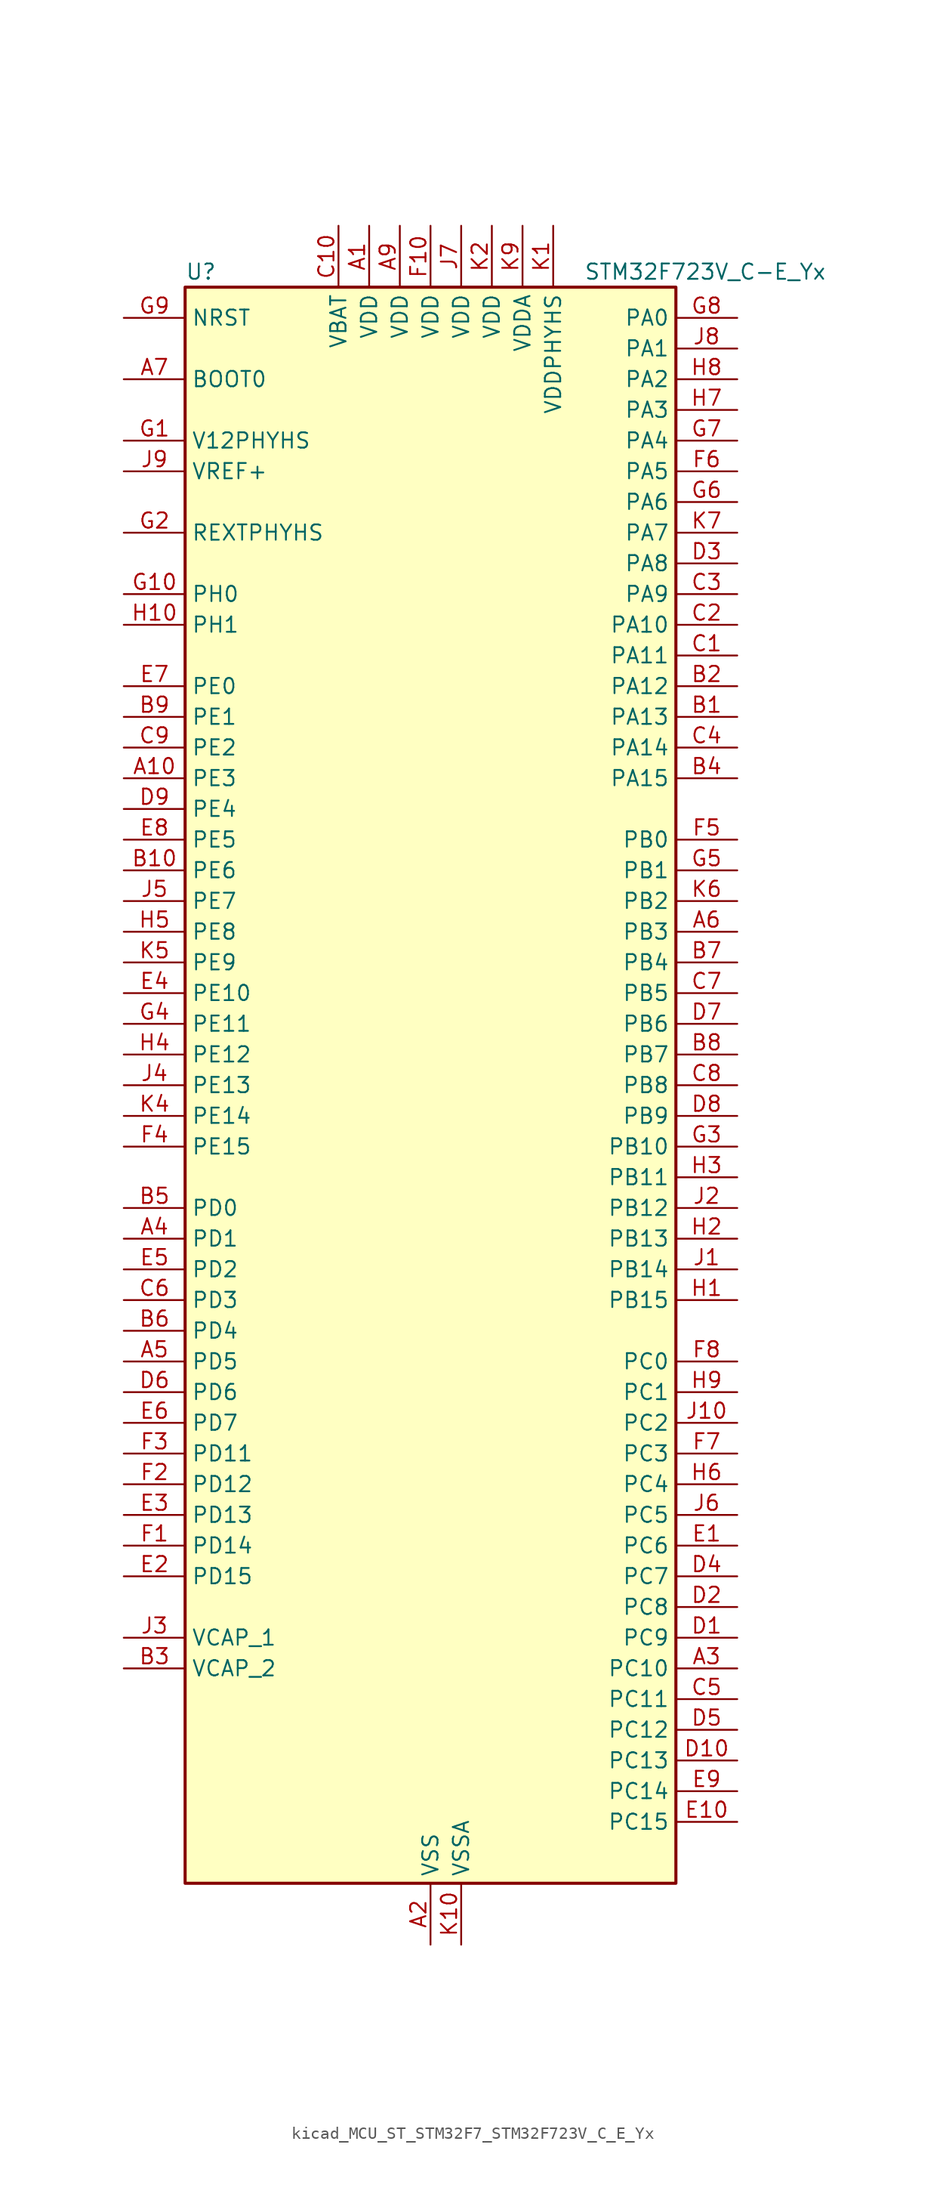
<source format=kicad_sym>
(kicad_symbol_lib
  (version 20220914)
  (generator kicad_symbol_editor)
  (symbol "kicad_MCU_ST_STM32F7_STM32F723V_C_E_Yx"
    (property "Reference" "U"
      (at -20.32 67.31 0)
      (effects (font (size 1.27 1.27)) (justify left)))
    (property "Value" "STM32F723V_C-E_Yx"
      (at 12.7 67.31 0)
      (effects (font (size 1.27 1.27)) (justify left)))
    (property "ki_locked" ""
      (at 0 0 0)
      (effects (font (size 1.27 1.27))))
    (symbol "kicad_MCU_ST_STM32F7_STM32F723V_C_E_Yx_0_1"
      (rectangle (start -20.32 -66.04) (end 20.32 66.04) (stroke (width 0.254) (type default)) (fill (type background))))
    (symbol "kicad_MCU_ST_STM32F7_STM32F723V_C_E_Yx_1_1"
      (pin power_in line (at -5.08 71.12 270) (length 5.08) (name "VDD" (effects (font (size 1.27 1.27)))) (number "A1" (effects (font (size 1.27 1.27)))))
      (pin bidirectional line (at -25.4 25.4 0) (length 5.08) (name "PE3" (effects (font (size 1.27 1.27)))) (number "A10" (effects (font (size 1.27 1.27)))) (alternate "FMC_A19" bidirectional line) (alternate "SAI1_SD_B" bidirectional line) (alternate "SYS_TRACED0" bidirectional line))
      (pin power_in line (at 0 -71.12 90) (length 5.08) (name "VSS" (effects (font (size 1.27 1.27)))) (number "A2" (effects (font (size 1.27 1.27)))))
      (pin bidirectional line (at 25.4 -48.26 180) (length 5.08) (name "PC10" (effects (font (size 1.27 1.27)))) (number "A3" (effects (font (size 1.27 1.27)))) (alternate "I2S3_CK" bidirectional line) (alternate "QUADSPI_BK1_IO1" bidirectional line) (alternate "SDMMC1_D2" bidirectional line) (alternate "SPI3_SCK" bidirectional line) (alternate "UART4_TX" bidirectional line) (alternate "USART3_TX" bidirectional line))
      (pin bidirectional line (at -25.4 -12.7 0) (length 5.08) (name "PD1" (effects (font (size 1.27 1.27)))) (number "A4" (effects (font (size 1.27 1.27)))) (alternate "CAN1_TX" bidirectional line) (alternate "FMC_D3" bidirectional line) (alternate "FMC_DA3" bidirectional line))
      (pin bidirectional line (at -25.4 -22.86 0) (length 5.08) (name "PD5" (effects (font (size 1.27 1.27)))) (number "A5" (effects (font (size 1.27 1.27)))) (alternate "FMC_NWE" bidirectional line) (alternate "USART2_TX" bidirectional line))
      (pin bidirectional line (at 25.4 12.7 180) (length 5.08) (name "PB3" (effects (font (size 1.27 1.27)))) (number "A6" (effects (font (size 1.27 1.27)))) (alternate "I2S1_CK" bidirectional line) (alternate "I2S3_CK" bidirectional line) (alternate "SPI1_SCK" bidirectional line) (alternate "SPI3_SCK" bidirectional line) (alternate "SYS_JTDO-SWO" bidirectional line) (alternate "TIM2_CH2" bidirectional line))
      (pin input line (at -25.4 58.42 0) (length 5.08) (name "BOOT0" (effects (font (size 1.27 1.27)))) (number "A7" (effects (font (size 1.27 1.27)))))
      (pin passive line (at 0 -71.12 90) (length 5.08) hide (name "VSS" (effects (font (size 1.27 1.27)))) (number "A8" (effects (font (size 1.27 1.27)))))
      (pin power_in line (at -2.54 71.12 270) (length 5.08) (name "VDD" (effects (font (size 1.27 1.27)))) (number "A9" (effects (font (size 1.27 1.27)))))
      (pin bidirectional line (at 25.4 30.48 180) (length 5.08) (name "PA13" (effects (font (size 1.27 1.27)))) (number "B1" (effects (font (size 1.27 1.27)))) (alternate "SYS_JTMS-SWDIO" bidirectional line))
      (pin bidirectional line (at -25.4 17.78 0) (length 5.08) (name "PE6" (effects (font (size 1.27 1.27)))) (number "B10" (effects (font (size 1.27 1.27)))) (alternate "FMC_A22" bidirectional line) (alternate "SAI1_SD_A" bidirectional line) (alternate "SAI2_MCLK_B" bidirectional line) (alternate "SPI4_MOSI" bidirectional line) (alternate "SYS_TRACED3" bidirectional line) (alternate "TIM1_BKIN2" bidirectional line) (alternate "TIM9_CH2" bidirectional line))
      (pin bidirectional line (at 25.4 33.02 180) (length 5.08) (name "PA12" (effects (font (size 1.27 1.27)))) (number "B2" (effects (font (size 1.27 1.27)))) (alternate "CAN1_TX" bidirectional line) (alternate "SAI2_FS_B" bidirectional line) (alternate "TIM1_ETR" bidirectional line) (alternate "USART1_DE" bidirectional line) (alternate "USART1_RTS" bidirectional line) (alternate "USB_OTG_FS_DP" bidirectional line))
      (pin power_out line (at -25.4 -48.26 0) (length 5.08) (name "VCAP_2" (effects (font (size 1.27 1.27)))) (number "B3" (effects (font (size 1.27 1.27)))))
      (pin bidirectional line (at 25.4 25.4 180) (length 5.08) (name "PA15" (effects (font (size 1.27 1.27)))) (number "B4" (effects (font (size 1.27 1.27)))) (alternate "I2S1_WS" bidirectional line) (alternate "I2S3_WS" bidirectional line) (alternate "SPI1_NSS" bidirectional line) (alternate "SPI3_NSS" bidirectional line) (alternate "SYS_JTDI" bidirectional line) (alternate "TIM2_CH1" bidirectional line) (alternate "TIM2_ETR" bidirectional line) (alternate "UART4_DE" bidirectional line) (alternate "UART4_RTS" bidirectional line))
      (pin bidirectional line (at -25.4 -10.16 0) (length 5.08) (name "PD0" (effects (font (size 1.27 1.27)))) (number "B5" (effects (font (size 1.27 1.27)))) (alternate "CAN1_RX" bidirectional line) (alternate "FMC_D2" bidirectional line) (alternate "FMC_DA2" bidirectional line))
      (pin bidirectional line (at -25.4 -20.32 0) (length 5.08) (name "PD4" (effects (font (size 1.27 1.27)))) (number "B6" (effects (font (size 1.27 1.27)))) (alternate "FMC_NOE" bidirectional line) (alternate "USART2_DE" bidirectional line) (alternate "USART2_RTS" bidirectional line))
      (pin bidirectional line (at 25.4 10.16 180) (length 5.08) (name "PB4" (effects (font (size 1.27 1.27)))) (number "B7" (effects (font (size 1.27 1.27)))) (alternate "I2S2_WS" bidirectional line) (alternate "SPI1_MISO" bidirectional line) (alternate "SPI2_NSS" bidirectional line) (alternate "SPI3_MISO" bidirectional line) (alternate "SYS_JTRST" bidirectional line) (alternate "TIM3_CH1" bidirectional line))
      (pin bidirectional line (at 25.4 2.54 180) (length 5.08) (name "PB7" (effects (font (size 1.27 1.27)))) (number "B8" (effects (font (size 1.27 1.27)))) (alternate "FMC_NL" bidirectional line) (alternate "I2C1_SDA" bidirectional line) (alternate "TIM4_CH2" bidirectional line) (alternate "USART1_RX" bidirectional line))
      (pin bidirectional line (at -25.4 30.48 0) (length 5.08) (name "PE1" (effects (font (size 1.27 1.27)))) (number "B9" (effects (font (size 1.27 1.27)))) (alternate "FMC_NBL1" bidirectional line) (alternate "LPTIM1_IN2" bidirectional line) (alternate "UART8_TX" bidirectional line))
      (pin bidirectional line (at 25.4 35.56 180) (length 5.08) (name "PA11" (effects (font (size 1.27 1.27)))) (number "C1" (effects (font (size 1.27 1.27)))) (alternate "ADC1_EXTI11" bidirectional line) (alternate "ADC2_EXTI11" bidirectional line) (alternate "ADC3_EXTI11" bidirectional line) (alternate "CAN1_RX" bidirectional line) (alternate "TIM1_CH4" bidirectional line) (alternate "USART1_CTS" bidirectional line) (alternate "USB_OTG_FS_DM" bidirectional line))
      (pin power_in line (at -7.62 71.12 270) (length 5.08) (name "VBAT" (effects (font (size 1.27 1.27)))) (number "C10" (effects (font (size 1.27 1.27)))))
      (pin bidirectional line (at 25.4 38.1 180) (length 5.08) (name "PA10" (effects (font (size 1.27 1.27)))) (number "C2" (effects (font (size 1.27 1.27)))) (alternate "TIM1_CH3" bidirectional line) (alternate "USART1_RX" bidirectional line) (alternate "USB_OTG_FS_ID" bidirectional line))
      (pin bidirectional line (at 25.4 40.64 180) (length 5.08) (name "PA9" (effects (font (size 1.27 1.27)))) (number "C3" (effects (font (size 1.27 1.27)))) (alternate "DAC_EXTI9" bidirectional line) (alternate "I2C3_SMBA" bidirectional line) (alternate "I2S2_CK" bidirectional line) (alternate "SPI2_SCK" bidirectional line) (alternate "TIM1_CH2" bidirectional line) (alternate "USART1_TX" bidirectional line) (alternate "USB_OTG_FS_VBUS" bidirectional line))
      (pin bidirectional line (at 25.4 27.94 180) (length 5.08) (name "PA14" (effects (font (size 1.27 1.27)))) (number "C4" (effects (font (size 1.27 1.27)))) (alternate "SYS_JTCK-SWCLK" bidirectional line))
      (pin bidirectional line (at 25.4 -50.8 180) (length 5.08) (name "PC11" (effects (font (size 1.27 1.27)))) (number "C5" (effects (font (size 1.27 1.27)))) (alternate "ADC1_EXTI11" bidirectional line) (alternate "ADC2_EXTI11" bidirectional line) (alternate "ADC3_EXTI11" bidirectional line) (alternate "QUADSPI_BK2_NCS" bidirectional line) (alternate "SDMMC1_D3" bidirectional line) (alternate "SPI3_MISO" bidirectional line) (alternate "UART4_RX" bidirectional line) (alternate "USART3_RX" bidirectional line))
      (pin bidirectional line (at -25.4 -17.78 0) (length 5.08) (name "PD3" (effects (font (size 1.27 1.27)))) (number "C6" (effects (font (size 1.27 1.27)))) (alternate "FMC_CLK" bidirectional line) (alternate "I2S2_CK" bidirectional line) (alternate "SPI2_SCK" bidirectional line) (alternate "USART2_CTS" bidirectional line))
      (pin bidirectional line (at 25.4 7.62 180) (length 5.08) (name "PB5" (effects (font (size 1.27 1.27)))) (number "C7" (effects (font (size 1.27 1.27)))) (alternate "FMC_SDCKE1" bidirectional line) (alternate "I2C1_SMBA" bidirectional line) (alternate "I2S1_SD" bidirectional line) (alternate "I2S3_SD" bidirectional line) (alternate "SPI1_MOSI" bidirectional line) (alternate "SPI3_MOSI" bidirectional line) (alternate "TIM3_CH2" bidirectional line))
      (pin bidirectional line (at 25.4 0 180) (length 5.08) (name "PB8" (effects (font (size 1.27 1.27)))) (number "C8" (effects (font (size 1.27 1.27)))) (alternate "CAN1_RX" bidirectional line) (alternate "I2C1_SCL" bidirectional line) (alternate "SDMMC1_D4" bidirectional line) (alternate "TIM10_CH1" bidirectional line) (alternate "TIM4_CH3" bidirectional line))
      (pin bidirectional line (at -25.4 27.94 0) (length 5.08) (name "PE2" (effects (font (size 1.27 1.27)))) (number "C9" (effects (font (size 1.27 1.27)))) (alternate "FMC_A23" bidirectional line) (alternate "QUADSPI_BK1_IO2" bidirectional line) (alternate "SAI1_MCLK_A" bidirectional line) (alternate "SPI4_SCK" bidirectional line) (alternate "SYS_TRACECLK" bidirectional line))
      (pin bidirectional line (at 25.4 -45.72 180) (length 5.08) (name "PC9" (effects (font (size 1.27 1.27)))) (number "D1" (effects (font (size 1.27 1.27)))) (alternate "DAC_EXTI9" bidirectional line) (alternate "I2C3_SDA" bidirectional line) (alternate "I2S_CKIN" bidirectional line) (alternate "QUADSPI_BK1_IO0" bidirectional line) (alternate "RCC_MCO_2" bidirectional line) (alternate "SDMMC1_D1" bidirectional line) (alternate "TIM3_CH4" bidirectional line) (alternate "TIM8_CH4" bidirectional line) (alternate "UART5_CTS" bidirectional line))
      (pin bidirectional line (at 25.4 -55.88 180) (length 5.08) (name "PC13" (effects (font (size 1.27 1.27)))) (number "D10" (effects (font (size 1.27 1.27)))) (alternate "RTC_OUT" bidirectional line) (alternate "RTC_TAMP1" bidirectional line) (alternate "RTC_TS" bidirectional line) (alternate "SYS_WKUP4" bidirectional line))
      (pin bidirectional line (at 25.4 -43.18 180) (length 5.08) (name "PC8" (effects (font (size 1.27 1.27)))) (number "D2" (effects (font (size 1.27 1.27)))) (alternate "SDMMC1_D0" bidirectional line) (alternate "SYS_TRACED1" bidirectional line) (alternate "TIM3_CH3" bidirectional line) (alternate "TIM8_CH3" bidirectional line) (alternate "UART5_DE" bidirectional line) (alternate "UART5_RTS" bidirectional line) (alternate "USART6_CK" bidirectional line))
      (pin bidirectional line (at 25.4 43.18 180) (length 5.08) (name "PA8" (effects (font (size 1.27 1.27)))) (number "D3" (effects (font (size 1.27 1.27)))) (alternate "I2C3_SCL" bidirectional line) (alternate "RCC_MCO_1" bidirectional line) (alternate "TIM1_CH1" bidirectional line) (alternate "TIM8_BKIN2" bidirectional line) (alternate "USART1_CK" bidirectional line) (alternate "USB_OTG_FS_SOF" bidirectional line))
      (pin bidirectional line (at 25.4 -40.64 180) (length 5.08) (name "PC7" (effects (font (size 1.27 1.27)))) (number "D4" (effects (font (size 1.27 1.27)))) (alternate "I2S3_MCK" bidirectional line) (alternate "SDMMC1_D7" bidirectional line) (alternate "TIM3_CH2" bidirectional line) (alternate "TIM8_CH2" bidirectional line) (alternate "USART6_RX" bidirectional line))
      (pin bidirectional line (at 25.4 -53.34 180) (length 5.08) (name "PC12" (effects (font (size 1.27 1.27)))) (number "D5" (effects (font (size 1.27 1.27)))) (alternate "I2S3_SD" bidirectional line) (alternate "SDMMC1_CK" bidirectional line) (alternate "SPI3_MOSI" bidirectional line) (alternate "SYS_TRACED3" bidirectional line) (alternate "UART5_TX" bidirectional line) (alternate "USART3_CK" bidirectional line))
      (pin bidirectional line (at -25.4 -25.4 0) (length 5.08) (name "PD6" (effects (font (size 1.27 1.27)))) (number "D6" (effects (font (size 1.27 1.27)))) (alternate "FMC_NWAIT" bidirectional line) (alternate "I2S3_SD" bidirectional line) (alternate "SAI1_SD_A" bidirectional line) (alternate "SPI3_MOSI" bidirectional line) (alternate "USART2_RX" bidirectional line))
      (pin bidirectional line (at 25.4 5.08 180) (length 5.08) (name "PB6" (effects (font (size 1.27 1.27)))) (number "D7" (effects (font (size 1.27 1.27)))) (alternate "FMC_SDNE1" bidirectional line) (alternate "I2C1_SCL" bidirectional line) (alternate "QUADSPI_BK1_NCS" bidirectional line) (alternate "TIM4_CH1" bidirectional line) (alternate "USART1_TX" bidirectional line))
      (pin bidirectional line (at 25.4 -2.54 180) (length 5.08) (name "PB9" (effects (font (size 1.27 1.27)))) (number "D8" (effects (font (size 1.27 1.27)))) (alternate "CAN1_TX" bidirectional line) (alternate "DAC_EXTI9" bidirectional line) (alternate "I2C1_SDA" bidirectional line) (alternate "I2S2_WS" bidirectional line) (alternate "SDMMC1_D5" bidirectional line) (alternate "SPI2_NSS" bidirectional line) (alternate "TIM11_CH1" bidirectional line) (alternate "TIM4_CH4" bidirectional line))
      (pin bidirectional line (at -25.4 22.86 0) (length 5.08) (name "PE4" (effects (font (size 1.27 1.27)))) (number "D9" (effects (font (size 1.27 1.27)))) (alternate "FMC_A20" bidirectional line) (alternate "SAI1_FS_A" bidirectional line) (alternate "SPI4_NSS" bidirectional line) (alternate "SYS_TRACED1" bidirectional line))
      (pin bidirectional line (at 25.4 -38.1 180) (length 5.08) (name "PC6" (effects (font (size 1.27 1.27)))) (number "E1" (effects (font (size 1.27 1.27)))) (alternate "I2S2_MCK" bidirectional line) (alternate "SDMMC1_D6" bidirectional line) (alternate "TIM3_CH1" bidirectional line) (alternate "TIM8_CH1" bidirectional line) (alternate "USART6_TX" bidirectional line))
      (pin bidirectional line (at 25.4 -60.96 180) (length 5.08) (name "PC15" (effects (font (size 1.27 1.27)))) (number "E10" (effects (font (size 1.27 1.27)))) (alternate "RCC_OSC32_OUT" bidirectional line))
      (pin bidirectional line (at -25.4 -40.64 0) (length 5.08) (name "PD15" (effects (font (size 1.27 1.27)))) (number "E2" (effects (font (size 1.27 1.27)))) (alternate "FMC_D1" bidirectional line) (alternate "FMC_DA1" bidirectional line) (alternate "TIM4_CH4" bidirectional line) (alternate "UART8_DE" bidirectional line) (alternate "UART8_RTS" bidirectional line))
      (pin bidirectional line (at -25.4 -35.56 0) (length 5.08) (name "PD13" (effects (font (size 1.27 1.27)))) (number "E3" (effects (font (size 1.27 1.27)))) (alternate "FMC_A18" bidirectional line) (alternate "LPTIM1_OUT" bidirectional line) (alternate "QUADSPI_BK1_IO3" bidirectional line) (alternate "SAI2_SCK_A" bidirectional line) (alternate "TIM4_CH2" bidirectional line))
      (pin bidirectional line (at -25.4 7.62 0) (length 5.08) (name "PE10" (effects (font (size 1.27 1.27)))) (number "E4" (effects (font (size 1.27 1.27)))) (alternate "FMC_D7" bidirectional line) (alternate "FMC_DA7" bidirectional line) (alternate "QUADSPI_BK2_IO3" bidirectional line) (alternate "TIM1_CH2N" bidirectional line) (alternate "UART7_CTS" bidirectional line))
      (pin bidirectional line (at -25.4 -15.24 0) (length 5.08) (name "PD2" (effects (font (size 1.27 1.27)))) (number "E5" (effects (font (size 1.27 1.27)))) (alternate "SDMMC1_CMD" bidirectional line) (alternate "SYS_TRACED2" bidirectional line) (alternate "TIM3_ETR" bidirectional line) (alternate "UART5_RX" bidirectional line))
      (pin bidirectional line (at -25.4 -27.94 0) (length 5.08) (name "PD7" (effects (font (size 1.27 1.27)))) (number "E6" (effects (font (size 1.27 1.27)))) (alternate "FMC_NE1" bidirectional line) (alternate "USART2_CK" bidirectional line))
      (pin bidirectional line (at -25.4 33.02 0) (length 5.08) (name "PE0" (effects (font (size 1.27 1.27)))) (number "E7" (effects (font (size 1.27 1.27)))) (alternate "FMC_NBL0" bidirectional line) (alternate "LPTIM1_ETR" bidirectional line) (alternate "SAI2_MCLK_A" bidirectional line) (alternate "TIM4_ETR" bidirectional line) (alternate "UART8_RX" bidirectional line))
      (pin bidirectional line (at -25.4 20.32 0) (length 5.08) (name "PE5" (effects (font (size 1.27 1.27)))) (number "E8" (effects (font (size 1.27 1.27)))) (alternate "FMC_A21" bidirectional line) (alternate "SAI1_SCK_A" bidirectional line) (alternate "SPI4_MISO" bidirectional line) (alternate "SYS_TRACED2" bidirectional line) (alternate "TIM9_CH1" bidirectional line))
      (pin bidirectional line (at 25.4 -58.42 180) (length 5.08) (name "PC14" (effects (font (size 1.27 1.27)))) (number "E9" (effects (font (size 1.27 1.27)))) (alternate "RCC_OSC32_IN" bidirectional line))
      (pin bidirectional line (at -25.4 -38.1 0) (length 5.08) (name "PD14" (effects (font (size 1.27 1.27)))) (number "F1" (effects (font (size 1.27 1.27)))) (alternate "FMC_D0" bidirectional line) (alternate "FMC_DA0" bidirectional line) (alternate "TIM4_CH3" bidirectional line) (alternate "UART8_CTS" bidirectional line))
      (pin power_in line (at 0 71.12 270) (length 5.08) (name "VDD" (effects (font (size 1.27 1.27)))) (number "F10" (effects (font (size 1.27 1.27)))))
      (pin bidirectional line (at -25.4 -33.02 0) (length 5.08) (name "PD12" (effects (font (size 1.27 1.27)))) (number "F2" (effects (font (size 1.27 1.27)))) (alternate "FMC_A17" bidirectional line) (alternate "FMC_ALE" bidirectional line) (alternate "LPTIM1_IN1" bidirectional line) (alternate "QUADSPI_BK1_IO1" bidirectional line) (alternate "SAI2_FS_A" bidirectional line) (alternate "TIM4_CH1" bidirectional line) (alternate "USART3_DE" bidirectional line) (alternate "USART3_RTS" bidirectional line))
      (pin bidirectional line (at -25.4 -30.48 0) (length 5.08) (name "PD11" (effects (font (size 1.27 1.27)))) (number "F3" (effects (font (size 1.27 1.27)))) (alternate "ADC1_EXTI11" bidirectional line) (alternate "ADC2_EXTI11" bidirectional line) (alternate "ADC3_EXTI11" bidirectional line) (alternate "FMC_A16" bidirectional line) (alternate "FMC_CLE" bidirectional line) (alternate "QUADSPI_BK1_IO0" bidirectional line) (alternate "SAI2_SD_A" bidirectional line) (alternate "USART3_CTS" bidirectional line))
      (pin bidirectional line (at -25.4 -5.08 0) (length 5.08) (name "PE15" (effects (font (size 1.27 1.27)))) (number "F4" (effects (font (size 1.27 1.27)))) (alternate "FMC_D12" bidirectional line) (alternate "FMC_DA12" bidirectional line) (alternate "TIM1_BKIN" bidirectional line))
      (pin bidirectional line (at 25.4 20.32 180) (length 5.08) (name "PB0" (effects (font (size 1.27 1.27)))) (number "F5" (effects (font (size 1.27 1.27)))) (alternate "ADC1_IN8" bidirectional line) (alternate "ADC2_IN8" bidirectional line) (alternate "TIM1_CH2N" bidirectional line) (alternate "TIM3_CH3" bidirectional line) (alternate "TIM8_CH2N" bidirectional line) (alternate "UART4_CTS" bidirectional line))
      (pin bidirectional line (at 25.4 50.8 180) (length 5.08) (name "PA5" (effects (font (size 1.27 1.27)))) (number "F6" (effects (font (size 1.27 1.27)))) (alternate "ADC1_IN5" bidirectional line) (alternate "ADC2_IN5" bidirectional line) (alternate "DAC_OUT2" bidirectional line) (alternate "I2S1_CK" bidirectional line) (alternate "SPI1_SCK" bidirectional line) (alternate "TIM2_CH1" bidirectional line) (alternate "TIM2_ETR" bidirectional line) (alternate "TIM8_CH1N" bidirectional line))
      (pin bidirectional line (at 25.4 -30.48 180) (length 5.08) (name "PC3" (effects (font (size 1.27 1.27)))) (number "F7" (effects (font (size 1.27 1.27)))) (alternate "ADC1_IN13" bidirectional line) (alternate "ADC2_IN13" bidirectional line) (alternate "ADC3_IN13" bidirectional line) (alternate "FMC_SDCKE0" bidirectional line) (alternate "I2S2_SD" bidirectional line) (alternate "SPI2_MOSI" bidirectional line))
      (pin bidirectional line (at 25.4 -22.86 180) (length 5.08) (name "PC0" (effects (font (size 1.27 1.27)))) (number "F8" (effects (font (size 1.27 1.27)))) (alternate "ADC1_IN10" bidirectional line) (alternate "ADC2_IN10" bidirectional line) (alternate "ADC3_IN10" bidirectional line) (alternate "FMC_SDNWE" bidirectional line) (alternate "SAI2_FS_B" bidirectional line))
      (pin passive line (at 0 -71.12 90) (length 5.08) hide (name "VSS" (effects (font (size 1.27 1.27)))) (number "F9" (effects (font (size 1.27 1.27)))))
      (pin power_in line (at -25.4 53.34 0) (length 5.08) (name "V12PHYHS" (effects (font (size 1.27 1.27)))) (number "G1" (effects (font (size 1.27 1.27)))))
      (pin bidirectional line (at -25.4 40.64 0) (length 5.08) (name "PH0" (effects (font (size 1.27 1.27)))) (number "G10" (effects (font (size 1.27 1.27)))) (alternate "RCC_OSC_IN" bidirectional line))
      (pin bidirectional line (at -25.4 45.72 0) (length 5.08) (name "REXTPHYHS" (effects (font (size 1.27 1.27)))) (number "G2" (effects (font (size 1.27 1.27)))) (alternate "USB_OTG_HS_REXTPHYHS" bidirectional line))
      (pin bidirectional line (at 25.4 -5.08 180) (length 5.08) (name "PB10" (effects (font (size 1.27 1.27)))) (number "G3" (effects (font (size 1.27 1.27)))) (alternate "I2C2_SCL" bidirectional line) (alternate "I2S2_CK" bidirectional line) (alternate "SPI2_SCK" bidirectional line) (alternate "TIM2_CH3" bidirectional line) (alternate "USART3_TX" bidirectional line))
      (pin bidirectional line (at -25.4 5.08 0) (length 5.08) (name "PE11" (effects (font (size 1.27 1.27)))) (number "G4" (effects (font (size 1.27 1.27)))) (alternate "ADC1_EXTI11" bidirectional line) (alternate "ADC2_EXTI11" bidirectional line) (alternate "ADC3_EXTI11" bidirectional line) (alternate "FMC_D8" bidirectional line) (alternate "FMC_DA8" bidirectional line) (alternate "SAI2_SD_B" bidirectional line) (alternate "SPI4_NSS" bidirectional line) (alternate "TIM1_CH2" bidirectional line))
      (pin bidirectional line (at 25.4 17.78 180) (length 5.08) (name "PB1" (effects (font (size 1.27 1.27)))) (number "G5" (effects (font (size 1.27 1.27)))) (alternate "ADC1_IN9" bidirectional line) (alternate "ADC2_IN9" bidirectional line) (alternate "TIM1_CH3N" bidirectional line) (alternate "TIM3_CH4" bidirectional line) (alternate "TIM8_CH3N" bidirectional line))
      (pin bidirectional line (at 25.4 48.26 180) (length 5.08) (name "PA6" (effects (font (size 1.27 1.27)))) (number "G6" (effects (font (size 1.27 1.27)))) (alternate "ADC1_IN6" bidirectional line) (alternate "ADC2_IN6" bidirectional line) (alternate "SPI1_MISO" bidirectional line) (alternate "TIM13_CH1" bidirectional line) (alternate "TIM1_BKIN" bidirectional line) (alternate "TIM3_CH1" bidirectional line) (alternate "TIM8_BKIN" bidirectional line))
      (pin bidirectional line (at 25.4 53.34 180) (length 5.08) (name "PA4" (effects (font (size 1.27 1.27)))) (number "G7" (effects (font (size 1.27 1.27)))) (alternate "ADC1_IN4" bidirectional line) (alternate "ADC2_IN4" bidirectional line) (alternate "DAC_OUT1" bidirectional line) (alternate "I2S1_WS" bidirectional line) (alternate "I2S3_WS" bidirectional line) (alternate "SPI1_NSS" bidirectional line) (alternate "SPI3_NSS" bidirectional line) (alternate "USART2_CK" bidirectional line) (alternate "USB_OTG_HS_SOF" bidirectional line))
      (pin bidirectional line (at 25.4 63.5 180) (length 5.08) (name "PA0" (effects (font (size 1.27 1.27)))) (number "G8" (effects (font (size 1.27 1.27)))) (alternate "ADC1_IN0" bidirectional line) (alternate "ADC2_IN0" bidirectional line) (alternate "ADC3_IN0" bidirectional line) (alternate "SAI2_SD_B" bidirectional line) (alternate "SYS_WKUP1" bidirectional line) (alternate "TIM2_CH1" bidirectional line) (alternate "TIM2_ETR" bidirectional line) (alternate "TIM5_CH1" bidirectional line) (alternate "TIM8_ETR" bidirectional line) (alternate "UART4_TX" bidirectional line) (alternate "USART2_CTS" bidirectional line))
      (pin input line (at -25.4 63.5 0) (length 5.08) (name "NRST" (effects (font (size 1.27 1.27)))) (number "G9" (effects (font (size 1.27 1.27)))))
      (pin bidirectional line (at 25.4 -17.78 180) (length 5.08) (name "PB15" (effects (font (size 1.27 1.27)))) (number "H1" (effects (font (size 1.27 1.27)))) (alternate "USB_OTG_HS_DP" bidirectional line))
      (pin bidirectional line (at -25.4 38.1 0) (length 5.08) (name "PH1" (effects (font (size 1.27 1.27)))) (number "H10" (effects (font (size 1.27 1.27)))) (alternate "RCC_OSC_OUT" bidirectional line))
      (pin bidirectional line (at 25.4 -12.7 180) (length 5.08) (name "PB13" (effects (font (size 1.27 1.27)))) (number "H2" (effects (font (size 1.27 1.27)))) (alternate "I2S2_CK" bidirectional line) (alternate "SPI2_SCK" bidirectional line) (alternate "TIM1_CH1N" bidirectional line) (alternate "USART3_CTS" bidirectional line) (alternate "USB_OTG_HS_VBUS" bidirectional line))
      (pin bidirectional line (at 25.4 -7.62 180) (length 5.08) (name "PB11" (effects (font (size 1.27 1.27)))) (number "H3" (effects (font (size 1.27 1.27)))) (alternate "ADC1_EXTI11" bidirectional line) (alternate "ADC2_EXTI11" bidirectional line) (alternate "ADC3_EXTI11" bidirectional line) (alternate "I2C2_SDA" bidirectional line) (alternate "TIM2_CH4" bidirectional line) (alternate "USART3_RX" bidirectional line))
      (pin bidirectional line (at -25.4 2.54 0) (length 5.08) (name "PE12" (effects (font (size 1.27 1.27)))) (number "H4" (effects (font (size 1.27 1.27)))) (alternate "FMC_D9" bidirectional line) (alternate "FMC_DA9" bidirectional line) (alternate "SAI2_SCK_B" bidirectional line) (alternate "SPI4_SCK" bidirectional line) (alternate "TIM1_CH3N" bidirectional line))
      (pin bidirectional line (at -25.4 12.7 0) (length 5.08) (name "PE8" (effects (font (size 1.27 1.27)))) (number "H5" (effects (font (size 1.27 1.27)))) (alternate "FMC_D5" bidirectional line) (alternate "FMC_DA5" bidirectional line) (alternate "QUADSPI_BK2_IO1" bidirectional line) (alternate "TIM1_CH1N" bidirectional line) (alternate "UART7_TX" bidirectional line))
      (pin bidirectional line (at 25.4 -33.02 180) (length 5.08) (name "PC4" (effects (font (size 1.27 1.27)))) (number "H6" (effects (font (size 1.27 1.27)))) (alternate "ADC1_IN14" bidirectional line) (alternate "ADC2_IN14" bidirectional line) (alternate "FMC_SDNE0" bidirectional line) (alternate "I2S1_MCK" bidirectional line))
      (pin bidirectional line (at 25.4 55.88 180) (length 5.08) (name "PA3" (effects (font (size 1.27 1.27)))) (number "H7" (effects (font (size 1.27 1.27)))) (alternate "ADC1_IN3" bidirectional line) (alternate "ADC2_IN3" bidirectional line) (alternate "ADC3_IN3" bidirectional line) (alternate "TIM2_CH4" bidirectional line) (alternate "TIM5_CH4" bidirectional line) (alternate "TIM9_CH2" bidirectional line) (alternate "USART2_RX" bidirectional line))
      (pin bidirectional line (at 25.4 58.42 180) (length 5.08) (name "PA2" (effects (font (size 1.27 1.27)))) (number "H8" (effects (font (size 1.27 1.27)))) (alternate "ADC1_IN2" bidirectional line) (alternate "ADC2_IN2" bidirectional line) (alternate "ADC3_IN2" bidirectional line) (alternate "SAI2_SCK_B" bidirectional line) (alternate "SYS_WKUP2" bidirectional line) (alternate "TIM2_CH3" bidirectional line) (alternate "TIM5_CH3" bidirectional line) (alternate "TIM9_CH1" bidirectional line) (alternate "USART2_TX" bidirectional line))
      (pin bidirectional line (at 25.4 -25.4 180) (length 5.08) (name "PC1" (effects (font (size 1.27 1.27)))) (number "H9" (effects (font (size 1.27 1.27)))) (alternate "ADC1_IN11" bidirectional line) (alternate "ADC2_IN11" bidirectional line) (alternate "ADC3_IN11" bidirectional line) (alternate "I2S2_SD" bidirectional line) (alternate "RTC_TAMP3" bidirectional line) (alternate "RTC_TS" bidirectional line) (alternate "SAI1_SD_A" bidirectional line) (alternate "SPI2_MOSI" bidirectional line) (alternate "SYS_TRACED0" bidirectional line) (alternate "SYS_WKUP3" bidirectional line))
      (pin bidirectional line (at 25.4 -15.24 180) (length 5.08) (name "PB14" (effects (font (size 1.27 1.27)))) (number "J1" (effects (font (size 1.27 1.27)))) (alternate "USB_OTG_HS_DM" bidirectional line))
      (pin bidirectional line (at 25.4 -27.94 180) (length 5.08) (name "PC2" (effects (font (size 1.27 1.27)))) (number "J10" (effects (font (size 1.27 1.27)))) (alternate "ADC1_IN12" bidirectional line) (alternate "ADC2_IN12" bidirectional line) (alternate "ADC3_IN12" bidirectional line) (alternate "FMC_SDNE0" bidirectional line) (alternate "SPI2_MISO" bidirectional line))
      (pin bidirectional line (at 25.4 -10.16 180) (length 5.08) (name "PB12" (effects (font (size 1.27 1.27)))) (number "J2" (effects (font (size 1.27 1.27)))) (alternate "I2C2_SMBA" bidirectional line) (alternate "I2S2_WS" bidirectional line) (alternate "SPI2_NSS" bidirectional line) (alternate "TIM1_BKIN" bidirectional line) (alternate "USART3_CK" bidirectional line) (alternate "USB_OTG_HS_ID" bidirectional line))
      (pin power_out line (at -25.4 -45.72 0) (length 5.08) (name "VCAP_1" (effects (font (size 1.27 1.27)))) (number "J3" (effects (font (size 1.27 1.27)))))
      (pin bidirectional line (at -25.4 0 0) (length 5.08) (name "PE13" (effects (font (size 1.27 1.27)))) (number "J4" (effects (font (size 1.27 1.27)))) (alternate "FMC_D10" bidirectional line) (alternate "FMC_DA10" bidirectional line) (alternate "SAI2_FS_B" bidirectional line) (alternate "SPI4_MISO" bidirectional line) (alternate "TIM1_CH3" bidirectional line))
      (pin bidirectional line (at -25.4 15.24 0) (length 5.08) (name "PE7" (effects (font (size 1.27 1.27)))) (number "J5" (effects (font (size 1.27 1.27)))) (alternate "FMC_D4" bidirectional line) (alternate "FMC_DA4" bidirectional line) (alternate "QUADSPI_BK2_IO0" bidirectional line) (alternate "TIM1_ETR" bidirectional line) (alternate "UART7_RX" bidirectional line))
      (pin bidirectional line (at 25.4 -35.56 180) (length 5.08) (name "PC5" (effects (font (size 1.27 1.27)))) (number "J6" (effects (font (size 1.27 1.27)))) (alternate "ADC1_IN15" bidirectional line) (alternate "ADC2_IN15" bidirectional line) (alternate "FMC_SDCKE0" bidirectional line))
      (pin power_in line (at 2.54 71.12 270) (length 5.08) (name "VDD" (effects (font (size 1.27 1.27)))) (number "J7" (effects (font (size 1.27 1.27)))))
      (pin bidirectional line (at 25.4 60.96 180) (length 5.08) (name "PA1" (effects (font (size 1.27 1.27)))) (number "J8" (effects (font (size 1.27 1.27)))) (alternate "ADC1_IN1" bidirectional line) (alternate "ADC2_IN1" bidirectional line) (alternate "ADC3_IN1" bidirectional line) (alternate "QUADSPI_BK1_IO3" bidirectional line) (alternate "SAI2_MCLK_B" bidirectional line) (alternate "TIM2_CH2" bidirectional line) (alternate "TIM5_CH2" bidirectional line) (alternate "UART4_RX" bidirectional line) (alternate "USART2_DE" bidirectional line) (alternate "USART2_RTS" bidirectional line))
      (pin input line (at -25.4 50.8 0) (length 5.08) (name "VREF+" (effects (font (size 1.27 1.27)))) (number "J9" (effects (font (size 1.27 1.27)))))
      (pin power_in line (at 10.16 71.12 270) (length 5.08) (name "VDDPHYHS" (effects (font (size 1.27 1.27)))) (number "K1" (effects (font (size 1.27 1.27)))))
      (pin power_in line (at 2.54 -71.12 90) (length 5.08) (name "VSSA" (effects (font (size 1.27 1.27)))) (number "K10" (effects (font (size 1.27 1.27)))))
      (pin power_in line (at 5.08 71.12 270) (length 5.08) (name "VDD" (effects (font (size 1.27 1.27)))) (number "K2" (effects (font (size 1.27 1.27)))))
      (pin passive line (at 0 -71.12 90) (length 5.08) hide (name "VSS" (effects (font (size 1.27 1.27)))) (number "K3" (effects (font (size 1.27 1.27)))))
      (pin bidirectional line (at -25.4 -2.54 0) (length 5.08) (name "PE14" (effects (font (size 1.27 1.27)))) (number "K4" (effects (font (size 1.27 1.27)))) (alternate "FMC_D11" bidirectional line) (alternate "FMC_DA11" bidirectional line) (alternate "SAI2_MCLK_B" bidirectional line) (alternate "SPI4_MOSI" bidirectional line) (alternate "TIM1_CH4" bidirectional line))
      (pin bidirectional line (at -25.4 10.16 0) (length 5.08) (name "PE9" (effects (font (size 1.27 1.27)))) (number "K5" (effects (font (size 1.27 1.27)))) (alternate "DAC_EXTI9" bidirectional line) (alternate "FMC_D6" bidirectional line) (alternate "FMC_DA6" bidirectional line) (alternate "QUADSPI_BK2_IO2" bidirectional line) (alternate "TIM1_CH1" bidirectional line) (alternate "UART7_DE" bidirectional line) (alternate "UART7_RTS" bidirectional line))
      (pin bidirectional line (at 25.4 15.24 180) (length 5.08) (name "PB2" (effects (font (size 1.27 1.27)))) (number "K6" (effects (font (size 1.27 1.27)))) (alternate "I2S3_SD" bidirectional line) (alternate "QUADSPI_CLK" bidirectional line) (alternate "SAI1_SD_A" bidirectional line) (alternate "SPI3_MOSI" bidirectional line))
      (pin bidirectional line (at 25.4 45.72 180) (length 5.08) (name "PA7" (effects (font (size 1.27 1.27)))) (number "K7" (effects (font (size 1.27 1.27)))) (alternate "ADC1_IN7" bidirectional line) (alternate "ADC2_IN7" bidirectional line) (alternate "FMC_SDNWE" bidirectional line) (alternate "I2S1_SD" bidirectional line) (alternate "SPI1_MOSI" bidirectional line) (alternate "TIM14_CH1" bidirectional line) (alternate "TIM1_CH1N" bidirectional line) (alternate "TIM3_CH2" bidirectional line) (alternate "TIM8_CH1N" bidirectional line))
      (pin passive line (at 0 -71.12 90) (length 5.08) hide (name "VSS" (effects (font (size 1.27 1.27)))) (number "K8" (effects (font (size 1.27 1.27)))))
      (pin power_in line (at 7.62 71.12 270) (length 5.08) (name "VDDA" (effects (font (size 1.27 1.27)))) (number "K9" (effects (font (size 1.27 1.27))))))))
</source>
